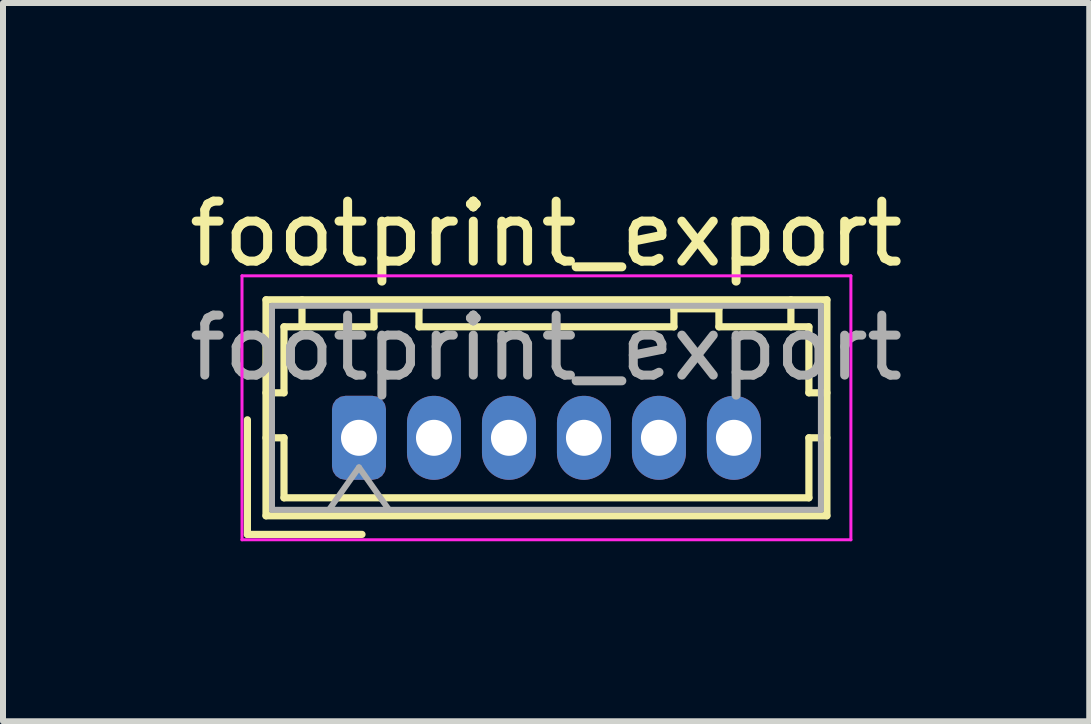
<source format=kicad_pcb>
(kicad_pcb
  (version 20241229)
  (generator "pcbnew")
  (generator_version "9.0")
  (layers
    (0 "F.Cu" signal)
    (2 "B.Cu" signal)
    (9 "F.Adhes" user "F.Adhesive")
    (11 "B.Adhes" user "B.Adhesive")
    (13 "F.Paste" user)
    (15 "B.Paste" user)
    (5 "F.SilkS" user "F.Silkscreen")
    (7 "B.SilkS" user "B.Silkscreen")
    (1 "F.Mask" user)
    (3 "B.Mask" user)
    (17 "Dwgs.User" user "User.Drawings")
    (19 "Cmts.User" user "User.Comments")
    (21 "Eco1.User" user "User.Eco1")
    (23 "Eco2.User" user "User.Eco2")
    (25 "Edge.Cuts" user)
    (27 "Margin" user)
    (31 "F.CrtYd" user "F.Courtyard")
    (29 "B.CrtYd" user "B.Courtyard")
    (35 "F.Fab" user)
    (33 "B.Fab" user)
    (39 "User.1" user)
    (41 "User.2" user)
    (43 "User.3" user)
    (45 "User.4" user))
  (footprint "footprint_export"
    (layer "F.Cu")
    (at 2.934 4.248)
    (property "Reference" "footprint_export" (at 3.12 -3.4 0) (layer "F.SilkS") (effects (font (size 1 1) (thickness 0.15))))
    (attr through_hole)
    (fp_line (start -1.86 -0.3) (end -1.86 1.61) (stroke (width 0.12) (type solid)) (layer "F.SilkS"))
    (fp_line (start -1.86 1.61) (end 0.05 1.61) (stroke (width 0.12) (type solid)) (layer "F.SilkS"))
    (fp_line (start -1.55 -2.3) (end -1.55 1.3) (stroke (width 0.12) (type solid)) (layer "F.SilkS"))
    (fp_line (start -1.55 -0.75) (end -1.25 -0.75) (stroke (width 0.12) (type solid)) (layer "F.SilkS"))
    (fp_line (start -1.55 0) (end -1.25 0) (stroke (width 0.12) (type solid)) (layer "F.SilkS"))
    (fp_line (start -1.55 1.3) (end 7.8 1.3) (stroke (width 0.12) (type solid)) (layer "F.SilkS"))
    (fp_line (start -1.25 -1.85) (end -0.95 -1.85) (stroke (width 0.12) (type solid)) (layer "F.SilkS"))
    (fp_line (start -1.25 -0.75) (end -1.25 -1.85) (stroke (width 0.12) (type solid)) (layer "F.SilkS"))
    (fp_line (start -1.25 0) (end -1.25 1) (stroke (width 0.12) (type solid)) (layer "F.SilkS"))
    (fp_line (start -1.25 1) (end 7.5 1) (stroke (width 0.12) (type solid)) (layer "F.SilkS"))
    (fp_line (start -0.95 -1.85) (end -0.95 -2.3) (stroke (width 0.12) (type solid)) (layer "F.SilkS"))
    (fp_line (start -0.95 -1.85) (end 0.25 -1.85) (stroke (width 0.12) (type solid)) (layer "F.SilkS"))
    (fp_line (start 0.25 -2.15) (end 1 -2.15) (stroke (width 0.12) (type solid)) (layer "F.SilkS"))
    (fp_line (start 0.25 -1.85) (end 0.25 -2.15) (stroke (width 0.12) (type solid)) (layer "F.SilkS"))
    (fp_line (start 1 -2.15) (end 1 -1.85) (stroke (width 0.12) (type solid)) (layer "F.SilkS"))
    (fp_line (start 1 -1.85) (end 5.25 -1.85) (stroke (width 0.12) (type solid)) (layer "F.SilkS"))
    (fp_line (start 5.25 -2.15) (end 6 -2.15) (stroke (width 0.12) (type solid)) (layer "F.SilkS"))
    (fp_line (start 5.25 -1.85) (end 5.25 -2.15) (stroke (width 0.12) (type solid)) (layer "F.SilkS"))
    (fp_line (start 6 -2.15) (end 6 -1.85) (stroke (width 0.12) (type solid)) (layer "F.SilkS"))
    (fp_line (start 6 -1.85) (end 7.2 -1.85) (stroke (width 0.12) (type solid)) (layer "F.SilkS"))
    (fp_line (start 7.2 -1.85) (end 7.2 -2.3) (stroke (width 0.12) (type solid)) (layer "F.SilkS"))
    (fp_line (start 7.5 -1.85) (end 7.2 -1.85) (stroke (width 0.12) (type solid)) (layer "F.SilkS"))
    (fp_line (start 7.5 -0.75) (end 7.5 -1.85) (stroke (width 0.12) (type solid)) (layer "F.SilkS"))
    (fp_line (start 7.5 0) (end 7.8 0) (stroke (width 0.12) (type solid)) (layer "F.SilkS"))
    (fp_line (start 7.5 1) (end 7.5 0) (stroke (width 0.12) (type solid)) (layer "F.SilkS"))
    (fp_line (start 7.8 -2.3) (end -1.55 -2.3) (stroke (width 0.12) (type solid)) (layer "F.SilkS"))
    (fp_line (start 7.8 -0.75) (end 7.5 -0.75) (stroke (width 0.12) (type solid)) (layer "F.SilkS"))
    (fp_line (start 7.8 1.3) (end 7.8 -2.3) (stroke (width 0.12) (type solid)) (layer "F.SilkS"))
    (fp_line (start -1.95 -2.7) (end -1.95 1.7) (stroke (width 0.05) (type solid)) (layer "F.CrtYd"))
    (fp_line (start -1.95 1.7) (end 8.2 1.7) (stroke (width 0.05) (type solid)) (layer "F.CrtYd"))
    (fp_line (start 8.2 -2.7) (end -1.95 -2.7) (stroke (width 0.05) (type solid)) (layer "F.CrtYd"))
    (fp_line (start 8.2 1.7) (end 8.2 -2.7) (stroke (width 0.05) (type solid)) (layer "F.CrtYd"))
    (fp_line (start -1.45 -2.2) (end -1.45 1.2) (stroke (width 0.1) (type solid)) (layer "F.Fab"))
    (fp_line (start -1.45 1.2) (end 7.7 1.2) (stroke (width 0.1) (type solid)) (layer "F.Fab"))
    (fp_line (start -0.5 1.2) (end 0 0.493) (stroke (width 0.1) (type solid)) (layer "F.Fab"))
    (fp_line (start 0 0.493) (end 0.5 1.2) (stroke (width 0.1) (type solid)) (layer "F.Fab"))
    (fp_line (start 7.7 -2.2) (end -1.45 -2.2) (stroke (width 0.1) (type solid)) (layer "F.Fab"))
    (fp_line (start 7.7 1.2) (end 7.7 -2.2) (stroke (width 0.1) (type solid)) (layer "F.Fab"))
    (fp_text user "${REFERENCE}" (at 3.12 -1.5 0) (layer "F.Fab") (effects (font (size 1 1) (thickness 0.15))))
    (pad "1" thru_hole roundrect (at 0 0) (size 0.9 1.4) (drill 0.6) (layers "*.Cu" "*.Mask") (roundrect_rratio 0.25))
    (pad "2" thru_hole oval (at 1.25 0) (size 0.9 1.4) (drill 0.6) (layers "*.Cu" "*.Mask"))
    (pad "3" thru_hole oval (at 2.5 0) (size 0.9 1.4) (drill 0.6) (layers "*.Cu" "*.Mask"))
    (pad "4" thru_hole oval (at 3.75 0) (size 0.9 1.4) (drill 0.6) (layers "*.Cu" "*.Mask"))
    (pad "5" thru_hole oval (at 5 0) (size 0.9 1.4) (drill 0.6) (layers "*.Cu" "*.Mask"))
    (pad "6" thru_hole oval (at 6.25 0) (size 0.9 1.4) (drill 0.6) (layers "*.Cu" "*.Mask")))
  (gr_rect
    (start -3 -3)
    (end 15.107 8.973)
    (stroke (width 0.1) (type default))
    (fill no)
    (layer "Edge.Cuts")))
</source>
